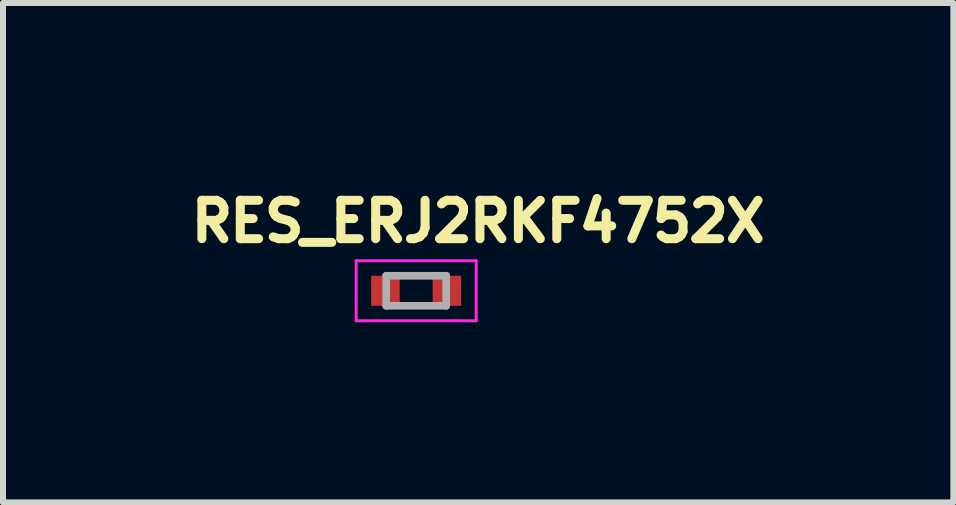
<source format=kicad_pcb>
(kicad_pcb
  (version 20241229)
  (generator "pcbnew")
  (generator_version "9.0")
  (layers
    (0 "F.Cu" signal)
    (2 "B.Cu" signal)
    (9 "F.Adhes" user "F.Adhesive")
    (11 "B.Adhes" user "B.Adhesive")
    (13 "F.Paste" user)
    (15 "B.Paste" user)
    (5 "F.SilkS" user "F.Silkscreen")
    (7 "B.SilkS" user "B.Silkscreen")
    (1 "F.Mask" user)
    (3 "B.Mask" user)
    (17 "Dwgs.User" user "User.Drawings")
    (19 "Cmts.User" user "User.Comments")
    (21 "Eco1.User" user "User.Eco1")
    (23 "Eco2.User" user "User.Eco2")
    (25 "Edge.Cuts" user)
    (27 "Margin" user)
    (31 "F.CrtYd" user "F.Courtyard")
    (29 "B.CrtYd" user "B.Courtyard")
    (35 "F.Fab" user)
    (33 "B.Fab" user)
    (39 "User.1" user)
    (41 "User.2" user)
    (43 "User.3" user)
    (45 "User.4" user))
  (footprint "RES_ERJ2RKF4752X"
    (layer "F.Cu")
    (at 3.883 1.794)
    (property "Reference" "RES_ERJ2RKF4752X" (at 1.032 -1.156 0) (layer "F.SilkS") (effects (font (size 0.64 0.64) (thickness 0.15))))
    (attr smd)
    (fp_line (start -1 -0.5) (end -1 0.5) (stroke (width 0.05) (type solid)) (layer "F.CrtYd"))
    (fp_line (start -1 0.5) (end 1 0.5) (stroke (width 0.05) (type solid)) (layer "F.CrtYd"))
    (fp_line (start 1 -0.5) (end -1 -0.5) (stroke (width 0.05) (type solid)) (layer "F.CrtYd"))
    (fp_line (start 1 0.5) (end 1 -0.5) (stroke (width 0.05) (type solid)) (layer "F.CrtYd"))
    (fp_line (start -0.5 -0.25) (end -0.5 0.25) (stroke (width 0.127) (type solid)) (layer "F.Fab"))
    (fp_line (start -0.5 -0.25) (end 0.5 -0.25) (stroke (width 0.127) (type solid)) (layer "F.Fab"))
    (fp_line (start -0.5 0.25) (end 0.5 0.25) (stroke (width 0.127) (type solid)) (layer "F.Fab"))
    (fp_line (start 0.5 -0.25) (end 0.5 0.25) (stroke (width 0.127) (type solid)) (layer "F.Fab"))
    (pad "1" smd rect (at -0.512 0) (size 0.475 0.5) (layers "F.Cu" "F.Mask" "F.Paste"))
    (pad "2" smd rect (at 0.512 0) (size 0.475 0.5) (layers "F.Cu" "F.Mask" "F.Paste")))
  (gr_rect
    (start -3 -3)
    (end 12.831 5.319)
    (stroke (width 0.1) (type default))
    (fill no)
    (layer "Edge.Cuts")))
</source>
